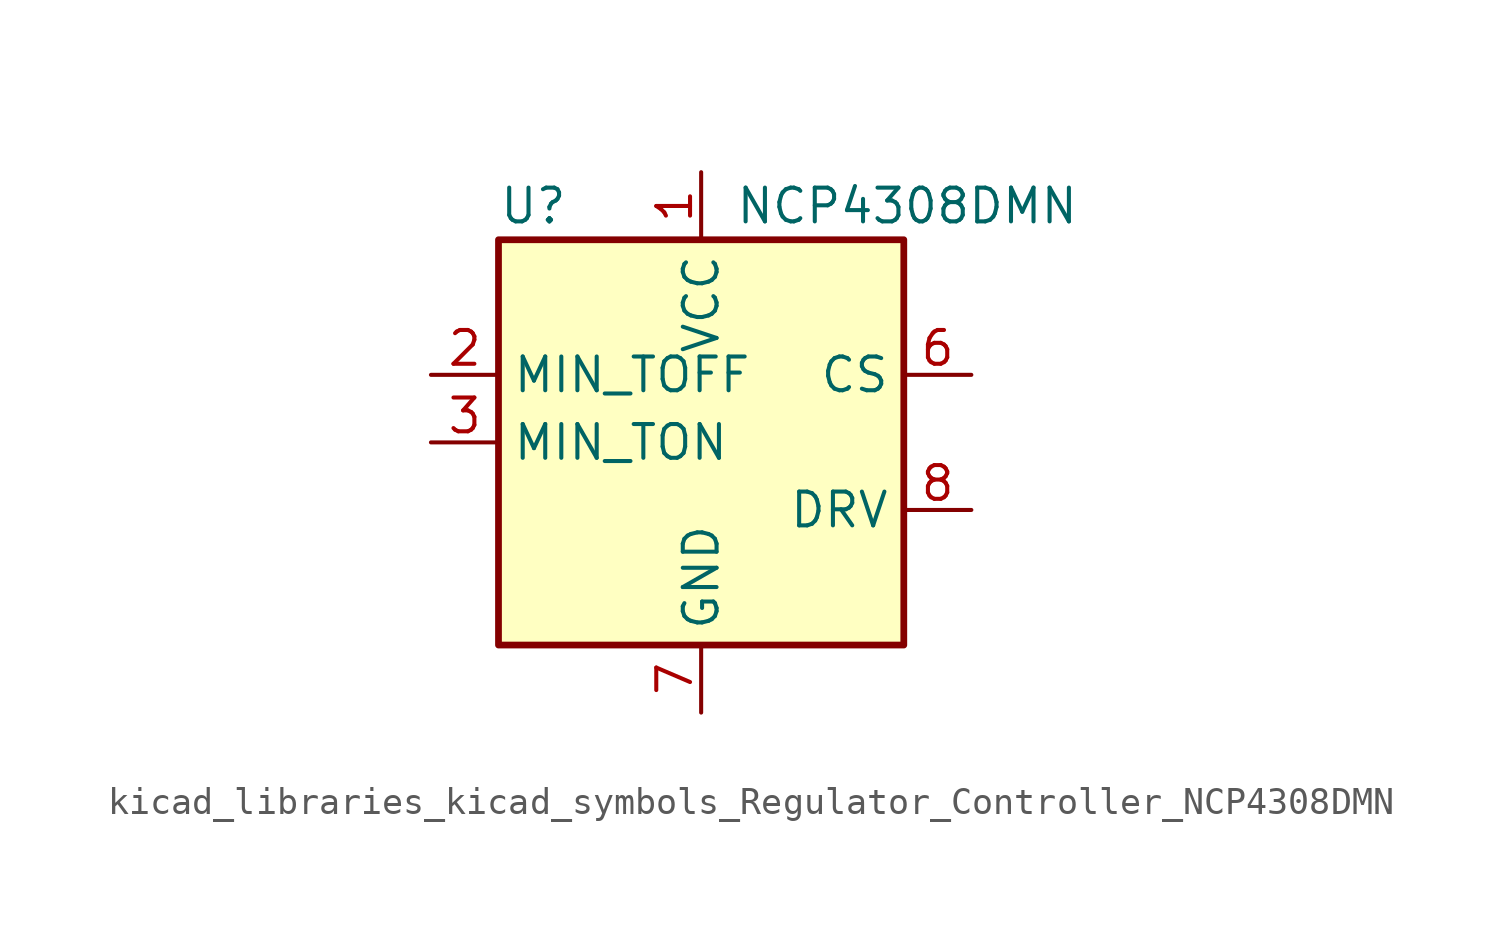
<source format=kicad_sym>
(kicad_symbol_lib
  (version 20220914)
  (generator kicad_symbol_editor)
  (symbol "kicad_libraries_kicad_symbols_Regulator_Controller_NCP4308DMN"
    (property "Reference" "U"
      (at -7.62 8.89 0)
      (effects (font (size 1.27 1.27)) (justify left)))
    (property "Value" "NCP4308DMN"
      (at 1.27 8.89 0)
      (effects (font (size 1.27 1.27)) (justify left)))
    (symbol "kicad_libraries_kicad_symbols_Regulator_Controller_NCP4308DMN_0_1"
      (rectangle (start -7.62 7.62) (end 7.62 -7.62) (stroke (width 0.254) (type default)) (fill (type background))))
    (symbol "kicad_libraries_kicad_symbols_Regulator_Controller_NCP4308DMN_1_1"
      (pin power_in line (at 0 10.16 270) (length 2.54) (name "VCC" (effects (font (size 1.27 1.27)))) (number "1" (effects (font (size 1.27 1.27)))))
      (pin passive line (at -10.16 2.54 0) (length 2.54) (name "MIN_TOFF" (effects (font (size 1.27 1.27)))) (number "2" (effects (font (size 1.27 1.27)))))
      (pin passive line (at -10.16 0 0) (length 2.54) (name "MIN_TON" (effects (font (size 1.27 1.27)))) (number "3" (effects (font (size 1.27 1.27)))))
      (pin no_connect line (at 7.62 -5.08 180) (length 2.54) hide (name "NC" (effects (font (size 1.27 1.27)))) (number "4" (effects (font (size 1.27 1.27)))))
      (pin no_connect line (at 7.62 -7.62 180) (length 2.54) hide (name "NC" (effects (font (size 1.27 1.27)))) (number "5" (effects (font (size 1.27 1.27)))))
      (pin input line (at 10.16 2.54 180) (length 2.54) (name "CS" (effects (font (size 1.27 1.27)))) (number "6" (effects (font (size 1.27 1.27)))))
      (pin power_in line (at 0 -10.16 90) (length 2.54) (name "GND" (effects (font (size 1.27 1.27)))) (number "7" (effects (font (size 1.27 1.27)))))
      (pin output line (at 10.16 -2.54 180) (length 2.54) (name "DRV" (effects (font (size 1.27 1.27)))) (number "8" (effects (font (size 1.27 1.27))))))))
</source>
